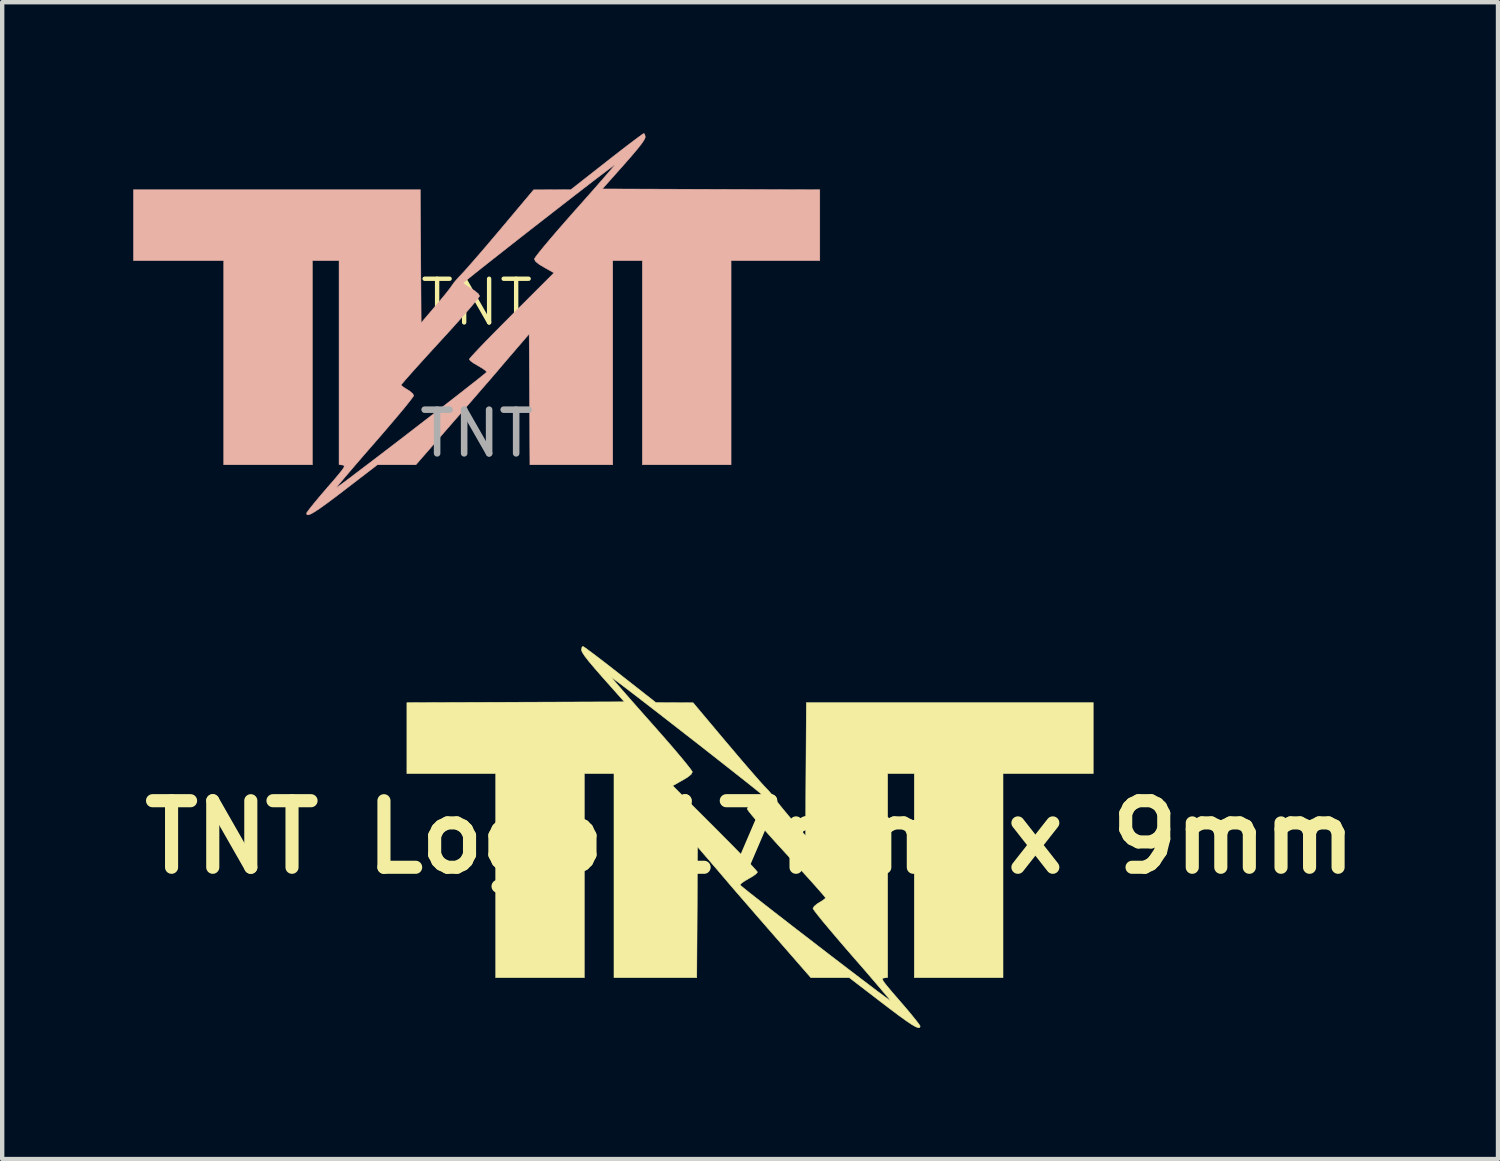
<source format=kicad_pcb>
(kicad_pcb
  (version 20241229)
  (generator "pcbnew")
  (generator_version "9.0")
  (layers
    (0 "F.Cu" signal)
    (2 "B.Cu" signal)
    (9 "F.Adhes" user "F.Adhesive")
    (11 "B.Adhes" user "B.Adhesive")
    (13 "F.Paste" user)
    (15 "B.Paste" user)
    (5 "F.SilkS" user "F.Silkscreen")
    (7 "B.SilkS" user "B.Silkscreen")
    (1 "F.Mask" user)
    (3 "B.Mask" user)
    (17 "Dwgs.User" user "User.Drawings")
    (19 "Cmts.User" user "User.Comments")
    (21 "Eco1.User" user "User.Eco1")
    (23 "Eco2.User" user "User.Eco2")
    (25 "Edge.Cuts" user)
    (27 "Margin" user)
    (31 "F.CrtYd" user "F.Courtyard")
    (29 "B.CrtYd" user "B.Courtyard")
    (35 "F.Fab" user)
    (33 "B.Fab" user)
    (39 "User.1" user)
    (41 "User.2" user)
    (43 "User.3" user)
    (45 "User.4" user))
  (footprint "TNT"
    (layer "F.Cu")
    (at 7.862 4.374)
    (property "Reference" "TNT" (at 0 -0.5 0) (unlocked yes) (layer "F.SilkS") (effects (font (size 1 1) (thickness 0.1))))
    (attr smd)
    (fp_poly (pts (xy 3.794 -4.349) (xy 3.714 -4.291) (xy 3.594 -4.202) (xy 3.442 -4.087) (xy 3.263 -3.949) (xy 3.065 -3.795) (xy 2.976 -3.725) (xy 2.156 -3.082) (xy 1.73 -3.08) (xy 1.304 -3.078) (xy 0.576 -2.211) (xy 0.392 -1.994) (xy 0.215 -1.785) (xy 0.049 -1.592) (xy -0.098 -1.423) (xy -0.219 -1.285) (xy -0.306 -1.188) (xy -0.338 -1.155) (xy -0.433 -1.053) (xy -0.513 -0.961) (xy -0.561 -0.895) (xy -0.565 -0.889) (xy -0.601 -0.837) (xy -0.672 -0.745) (xy -0.77 -0.624) (xy -0.885 -0.486) (xy -0.938 -0.423) (xy -1.27 -0.034) (xy -1.279 -1.558) (xy -1.288 -3.082) (xy -7.857 -3.082) (xy -7.857 -1.456) (xy -5.791 -1.456) (xy -5.791 3.217) (xy -3.759 3.217) (xy -3.759 -1.456) (xy -3.15 -1.456) (xy -3.15 3.213) (xy -3.065 3.224) (xy -3.039 3.231) (xy -3.031 3.248) (xy -3.043 3.282) (xy -3.082 3.34) (xy -3.152 3.427) (xy -3.256 3.551) (xy -3.4 3.717) (xy -3.436 3.759) (xy -3.574 3.919) (xy -3.695 4.064) (xy -3.793 4.185) (xy -3.861 4.274) (xy -3.893 4.322) (xy -3.894 4.326) (xy -3.885 4.358) (xy -3.853 4.364) (xy -3.793 4.342) (xy -3.702 4.29) (xy -3.575 4.205) (xy -3.407 4.084) (xy -3.195 3.925) (xy -3.022 3.793) (xy -2.272 3.217) (xy -1.391 3.217) (xy -0.518 2.216) (xy -0.319 1.988) (xy -0.131 1.772) (xy 0.042 1.572) (xy 0.194 1.397) (xy 0.32 1.252) (xy 0.413 1.143) (xy 0.469 1.079) (xy 0.474 1.073) (xy 0.541 0.993) (xy 0.64 0.877) (xy 0.758 0.739) (xy 0.882 0.595) (xy 0.897 0.577) (xy 1.202 0.223) (xy 1.211 1.72) (xy 1.22 3.217) (xy 3.116 3.217) (xy 3.116 -1.456) (xy 3.793 -1.456) (xy 3.793 3.217) (xy 5.825 3.217) (xy 5.825 -1.456) (xy 7.857 -1.456) (xy 7.857 -3.081) (xy 2.879 -3.099) (xy 3.37 -3.651) (xy 3.166 -3.651) (xy 3.146 -3.624) (xy 3.085 -3.552) (xy 2.989 -3.441) (xy 2.862 -3.295) (xy 2.708 -3.119) (xy 2.532 -2.92) (xy 2.339 -2.702) (xy 2.247 -2.599) (xy 2.041 -2.365) (xy 1.851 -2.148) (xy 1.684 -1.953) (xy 1.543 -1.785) (xy 1.433 -1.65) (xy 1.358 -1.553) (xy 1.323 -1.5) (xy 1.321 -1.493) (xy 1.349 -1.438) (xy 1.435 -1.369) (xy 1.546 -1.303) (xy 1.77 -1.177) (xy 0.801 -0.209) (xy 0.59 0.003) (xy 0.395 0.2) (xy 0.22 0.379) (xy 0.072 0.533) (xy -0.045 0.657) (xy -0.126 0.746) (xy -0.166 0.794) (xy -0.169 0.801) (xy -0.142 0.837) (xy -0.069 0.891) (xy 0.034 0.951) (xy 0.035 0.952) (xy 0.135 1.011) (xy 0.205 1.062) (xy 0.228 1.094) (xy 0.228 1.094) (xy 0.2 1.12) (xy 0.124 1.182) (xy 0.006 1.277) (xy -0.15 1.399) (xy -0.337 1.546) (xy -0.55 1.712) (xy -0.784 1.893) (xy -1.033 2.086) (xy -1.292 2.285) (xy -1.555 2.488) (xy -1.816 2.689) (xy -2.071 2.884) (xy -2.313 3.069) (xy -2.538 3.24) (xy -2.74 3.393) (xy -2.912 3.524) (xy -3.051 3.627) (xy -3.15 3.7) (xy -3.204 3.737) (xy -3.212 3.741) (xy -3.193 3.714) (xy -3.134 3.642) (xy -3.039 3.53) (xy -2.914 3.383) (xy -2.763 3.207) (xy -2.591 3.007) (xy -2.401 2.789) (xy -2.331 2.709) (xy -2.136 2.484) (xy -1.956 2.273) (xy -1.795 2.083) (xy -1.658 1.919) (xy -1.551 1.786) (xy -1.477 1.69) (xy -1.442 1.638) (xy -1.439 1.631) (xy -1.467 1.584) (xy -1.537 1.525) (xy -1.583 1.497) (xy -1.667 1.445) (xy -1.719 1.403) (xy -1.727 1.389) (xy -1.705 1.359) (xy -1.642 1.285) (xy -1.542 1.171) (xy -1.412 1.025) (xy -1.255 0.851) (xy -1.077 0.655) (xy -0.882 0.442) (xy -0.83 0.385) (xy -0.631 0.168) (xy -0.448 -0.035) (xy -0.285 -0.219) (xy -0.147 -0.377) (xy -0.039 -0.505) (xy 0.034 -0.596) (xy 0.066 -0.644) (xy 0.068 -0.648) (xy 0.039 -0.698) (xy -0.041 -0.764) (xy -0.119 -0.813) (xy -0.215 -0.872) (xy -0.282 -0.92) (xy -0.305 -0.946) (xy -0.279 -0.97) (xy -0.205 -1.031) (xy -0.089 -1.125) (xy 0.065 -1.248) (xy 0.25 -1.394) (xy 0.462 -1.561) (xy 0.695 -1.744) (xy 0.943 -1.939) (xy 1.201 -2.141) (xy 1.465 -2.346) (xy 1.727 -2.55) (xy 1.983 -2.749) (xy 2.228 -2.939) (xy 2.456 -3.115) (xy 2.661 -3.273) (xy 2.839 -3.409) (xy 2.984 -3.519) (xy 3.09 -3.598) (xy 3.151 -3.643) (xy 3.166 -3.651) (xy 3.37 -3.651) (xy 3.37 -3.651) (xy 3.552 -3.859) (xy 3.69 -4.023) (xy 3.785 -4.145) (xy 3.841 -4.231) (xy 3.861 -4.283) (xy 3.861 -4.286) (xy 3.849 -4.349) (xy 3.828 -4.369) (xy 3.794 -4.349)) (stroke (width 0.01) (type solid)) (fill yes) (layer "B.SilkS"))
    (fp_text user "${REFERENCE}" (at 0 2.5 0) (unlocked yes) (layer "F.Fab") (effects (font (size 1 1) (thickness 0.15)))))
  (footprint "TNT Logo 17mm x 9mm"
    (layer "F.Cu")
    (at 14.122 16.116)
    (property "Reference" "TNT Logo 17mm x 9mm" (at 0 0 0) (layer "F.SilkS") (effects (font (size 1.524 1.524) (thickness 0.3))))
    (attr through_hole)
    (fp_poly (pts (xy -3.794 -4.349) (xy -3.714 -4.291) (xy -3.594 -4.202) (xy -3.442 -4.087) (xy -3.263 -3.949) (xy -3.065 -3.795) (xy -2.976 -3.725) (xy -2.156 -3.082) (xy -1.73 -3.08) (xy -1.304 -3.078) (xy -0.576 -2.211) (xy -0.392 -1.994) (xy -0.215 -1.785) (xy -0.049 -1.592) (xy 0.098 -1.423) (xy 0.219 -1.285) (xy 0.306 -1.188) (xy 0.338 -1.155) (xy 0.433 -1.053) (xy 0.513 -0.961) (xy 0.561 -0.895) (xy 0.565 -0.889) (xy 0.601 -0.837) (xy 0.672 -0.745) (xy 0.77 -0.624) (xy 0.885 -0.486) (xy 0.938 -0.423) (xy 1.27 -0.034) (xy 1.279 -1.558) (xy 1.288 -3.082) (xy 7.857 -3.082) (xy 7.857 -1.456) (xy 5.791 -1.456) (xy 5.791 3.217) (xy 3.759 3.217) (xy 3.759 -1.456) (xy 3.15 -1.456) (xy 3.15 3.213) (xy 3.065 3.224) (xy 3.039 3.231) (xy 3.031 3.248) (xy 3.043 3.282) (xy 3.082 3.34) (xy 3.152 3.427) (xy 3.256 3.551) (xy 3.4 3.717) (xy 3.436 3.759) (xy 3.574 3.919) (xy 3.695 4.064) (xy 3.793 4.185) (xy 3.861 4.274) (xy 3.893 4.322) (xy 3.894 4.326) (xy 3.885 4.358) (xy 3.853 4.364) (xy 3.793 4.342) (xy 3.702 4.29) (xy 3.575 4.205) (xy 3.407 4.084) (xy 3.195 3.925) (xy 3.022 3.793) (xy 2.272 3.217) (xy 1.391 3.217) (xy 0.518 2.216) (xy 0.319 1.988) (xy 0.131 1.772) (xy -0.042 1.572) (xy -0.194 1.397) (xy -0.32 1.252) (xy -0.413 1.143) (xy -0.469 1.079) (xy -0.474 1.073) (xy -0.541 0.993) (xy -0.64 0.877) (xy -0.758 0.739) (xy -0.882 0.595) (xy -0.897 0.577) (xy -1.202 0.223) (xy -1.211 1.72) (xy -1.22 3.217) (xy -3.116 3.217) (xy -3.116 -1.456) (xy -3.793 -1.456) (xy -3.793 3.217) (xy -5.825 3.217) (xy -5.825 -1.456) (xy -7.857 -1.456) (xy -7.857 -3.081) (xy -2.879 -3.099) (xy -3.37 -3.651) (xy -3.166 -3.651) (xy -3.146 -3.624) (xy -3.085 -3.552) (xy -2.989 -3.441) (xy -2.862 -3.295) (xy -2.708 -3.119) (xy -2.532 -2.92) (xy -2.339 -2.702) (xy -2.247 -2.599) (xy -2.041 -2.365) (xy -1.851 -2.148) (xy -1.684 -1.953) (xy -1.543 -1.785) (xy -1.433 -1.65) (xy -1.358 -1.553) (xy -1.323 -1.5) (xy -1.321 -1.493) (xy -1.349 -1.438) (xy -1.435 -1.369) (xy -1.546 -1.303) (xy -1.77 -1.177) (xy -0.801 -0.209) (xy -0.59 0.003) (xy -0.395 0.2) (xy -0.22 0.379) (xy -0.072 0.533) (xy 0.045 0.657) (xy 0.126 0.746) (xy 0.166 0.794) (xy 0.169 0.801) (xy 0.142 0.837) (xy 0.069 0.891) (xy -0.034 0.951) (xy -0.035 0.952) (xy -0.135 1.011) (xy -0.205 1.062) (xy -0.228 1.094) (xy -0.228 1.094) (xy -0.2 1.12) (xy -0.124 1.182) (xy -0.006 1.277) (xy 0.15 1.399) (xy 0.337 1.546) (xy 0.55 1.712) (xy 0.784 1.893) (xy 1.033 2.086) (xy 1.292 2.285) (xy 1.555 2.488) (xy 1.816 2.689) (xy 2.071 2.884) (xy 2.313 3.069) (xy 2.538 3.24) (xy 2.74 3.393) (xy 2.912 3.524) (xy 3.051 3.627) (xy 3.15 3.7) (xy 3.204 3.737) (xy 3.212 3.741) (xy 3.193 3.714) (xy 3.134 3.642) (xy 3.039 3.53) (xy 2.914 3.383) (xy 2.763 3.207) (xy 2.591 3.007) (xy 2.401 2.789) (xy 2.331 2.709) (xy 2.136 2.484) (xy 1.956 2.273) (xy 1.795 2.083) (xy 1.658 1.919) (xy 1.551 1.786) (xy 1.477 1.69) (xy 1.442 1.638) (xy 1.439 1.631) (xy 1.467 1.584) (xy 1.537 1.525) (xy 1.583 1.497) (xy 1.667 1.445) (xy 1.719 1.403) (xy 1.727 1.389) (xy 1.705 1.359) (xy 1.642 1.285) (xy 1.542 1.171) (xy 1.412 1.025) (xy 1.255 0.851) (xy 1.077 0.655) (xy 0.882 0.442) (xy 0.83 0.385) (xy 0.631 0.168) (xy 0.448 -0.035) (xy 0.285 -0.219) (xy 0.147 -0.377) (xy 0.039 -0.505) (xy -0.034 -0.596) (xy -0.066 -0.644) (xy -0.068 -0.648) (xy -0.039 -0.698) (xy 0.041 -0.764) (xy 0.119 -0.813) (xy 0.215 -0.872) (xy 0.282 -0.92) (xy 0.305 -0.946) (xy 0.279 -0.97) (xy 0.205 -1.031) (xy 0.089 -1.125) (xy -0.065 -1.248) (xy -0.25 -1.394) (xy -0.462 -1.561) (xy -0.695 -1.744) (xy -0.943 -1.939) (xy -1.201 -2.141) (xy -1.465 -2.346) (xy -1.727 -2.55) (xy -1.983 -2.749) (xy -2.228 -2.939) (xy -2.456 -3.115) (xy -2.661 -3.273) (xy -2.839 -3.409) (xy -2.984 -3.519) (xy -3.09 -3.598) (xy -3.151 -3.643) (xy -3.166 -3.651) (xy -3.37 -3.651) (xy -3.37 -3.651) (xy -3.552 -3.859) (xy -3.69 -4.023) (xy -3.785 -4.145) (xy -3.841 -4.231) (xy -3.861 -4.283) (xy -3.861 -4.286) (xy -3.849 -4.349) (xy -3.828 -4.369) (xy -3.794 -4.349)) (stroke (width 0.01) (type solid)) (fill yes) (layer "F.SilkS")))
  (gr_rect
    (start -3 -3)
    (end 31.245 23.485)
    (stroke (width 0.1) (type default))
    (fill no)
    (layer "Edge.Cuts")))
</source>
